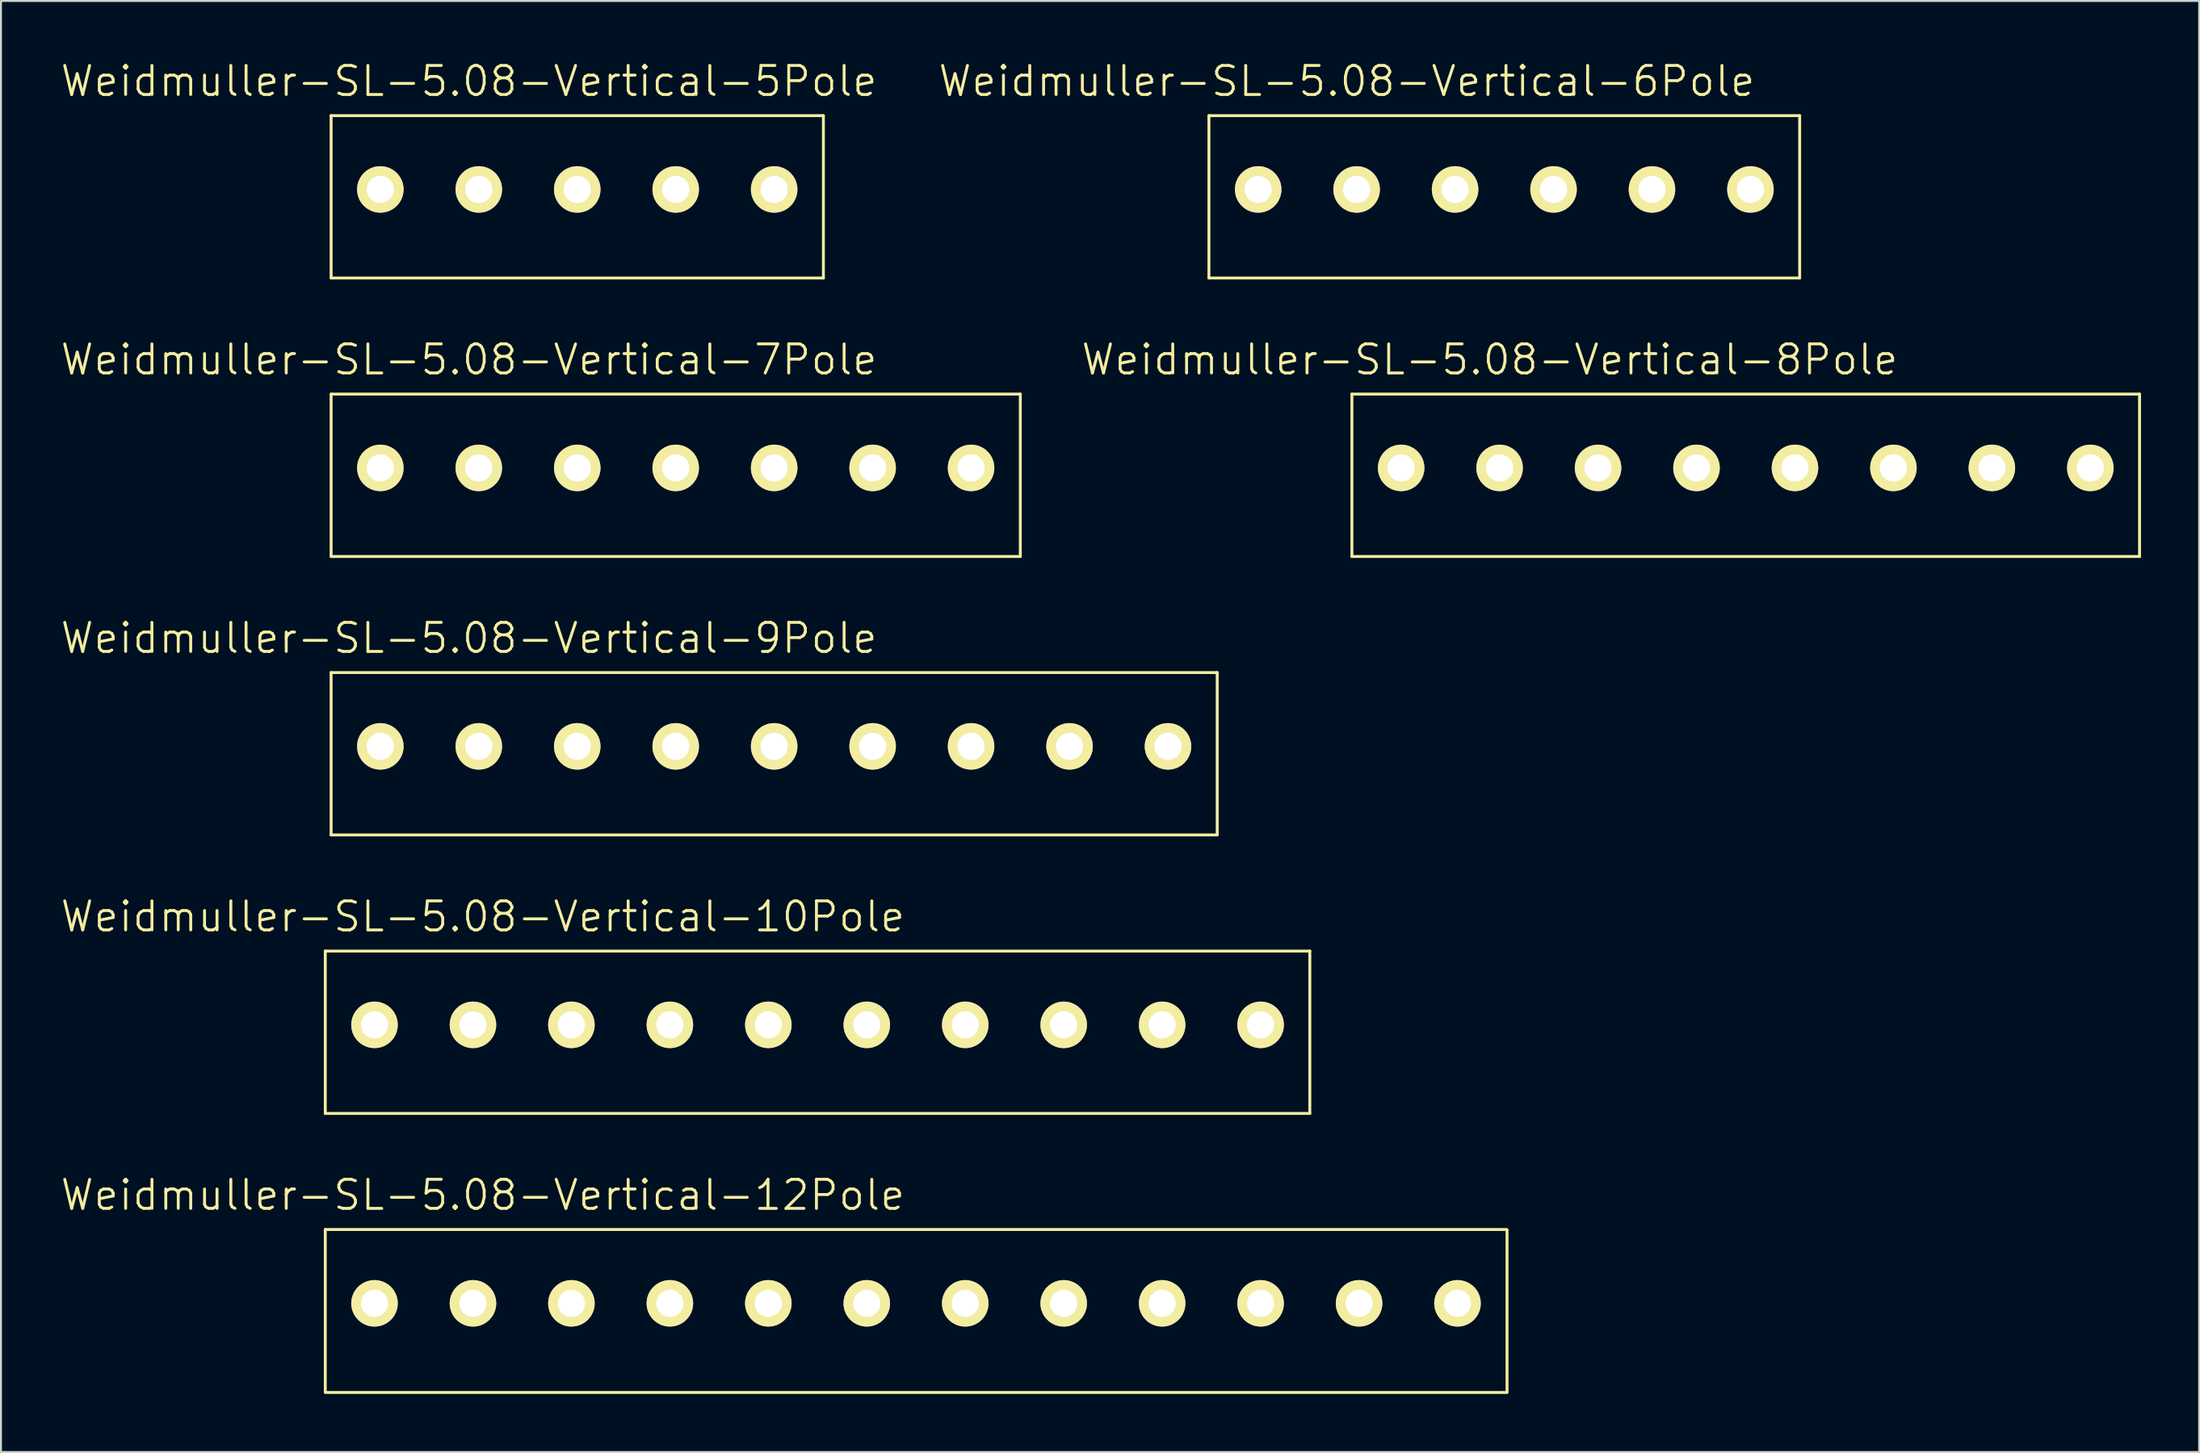
<source format=kicad_pcb>
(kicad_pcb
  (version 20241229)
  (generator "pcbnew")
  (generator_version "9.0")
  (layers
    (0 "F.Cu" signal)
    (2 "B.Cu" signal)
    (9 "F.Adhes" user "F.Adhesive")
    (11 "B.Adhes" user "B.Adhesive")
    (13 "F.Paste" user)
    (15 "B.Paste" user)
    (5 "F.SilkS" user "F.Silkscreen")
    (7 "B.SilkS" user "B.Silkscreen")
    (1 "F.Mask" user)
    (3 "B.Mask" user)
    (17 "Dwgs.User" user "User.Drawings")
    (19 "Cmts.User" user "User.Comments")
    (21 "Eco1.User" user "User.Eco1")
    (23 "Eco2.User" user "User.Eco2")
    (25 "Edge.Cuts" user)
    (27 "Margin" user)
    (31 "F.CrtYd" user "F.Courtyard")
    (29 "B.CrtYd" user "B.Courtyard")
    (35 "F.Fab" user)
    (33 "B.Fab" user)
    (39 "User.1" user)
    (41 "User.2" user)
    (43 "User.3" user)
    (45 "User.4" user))
  (footprint "Weidmuller-SL-5.08-Vertical-7Pole"
    (layer "F.Cu")
    (at 16.574 21.105)
    (property "Reference" "Weidmuller-SL-5.08-Vertical-7Pole" (at 4.572 -5.588 0) (layer "F.SilkS") (effects (font (size 1.5 1.5) (thickness 0.15))))
    (attr through_hole)
    (fp_line (start -2.54 -3.81) (end -2.54 4.572) (stroke (width 0.15) (type solid)) (layer "F.SilkS"))
    (fp_line (start -2.54 -3.81) (end 33.02 -3.81) (stroke (width 0.15) (type solid)) (layer "F.SilkS"))
    (fp_line (start -2.54 4.572) (end 33.02 4.572) (stroke (width 0.15) (type solid)) (layer "F.SilkS"))
    (fp_line (start 33.02 -3.81) (end 33.02 4.572) (stroke (width 0.15) (type solid)) (layer "F.SilkS"))
    (pad "1" thru_hole circle (at 0 0) (size 2.4 2.4) (drill 1.4) (layers "*.Cu" "*.Mask" "F.SilkS"))
    (pad "2" thru_hole circle (at 5.08 0) (size 2.4 2.4) (drill 1.4) (layers "*.Cu" "*.Mask" "F.SilkS"))
    (pad "3" thru_hole circle (at 10.16 0) (size 2.4 2.4) (drill 1.4) (layers "*.Cu" "*.Mask" "F.SilkS"))
    (pad "4" thru_hole circle (at 15.24 0) (size 2.4 2.4) (drill 1.4) (layers "*.Cu" "*.Mask" "F.SilkS"))
    (pad "5" thru_hole circle (at 20.32 0) (size 2.4 2.4) (drill 1.4) (layers "*.Cu" "*.Mask" "F.SilkS"))
    (pad "6" thru_hole circle (at 25.4 0) (size 2.4 2.4) (drill 1.4) (layers "*.Cu" "*.Mask" "F.SilkS"))
    (pad "7" thru_hole circle (at 30.48 0) (size 2.4 2.4) (drill 1.4) (layers "*.Cu" "*.Mask" "F.SilkS")))
  (footprint "Weidmuller-SL-5.08-Vertical-8Pole"
    (layer "F.Cu")
    (at 69.244 21.105)
    (property "Reference" "Weidmuller-SL-5.08-Vertical-8Pole" (at 4.572 -5.588 0) (layer "F.SilkS") (effects (font (size 1.5 1.5) (thickness 0.15))))
    (attr through_hole)
    (fp_line (start -2.54 -3.81) (end -2.54 4.572) (stroke (width 0.15) (type solid)) (layer "F.SilkS"))
    (fp_line (start -2.54 -3.81) (end 38.1 -3.81) (stroke (width 0.15) (type solid)) (layer "F.SilkS"))
    (fp_line (start -2.54 4.572) (end 38.1 4.572) (stroke (width 0.15) (type solid)) (layer "F.SilkS"))
    (fp_line (start 38.1 -3.81) (end 38.1 4.572) (stroke (width 0.15) (type solid)) (layer "F.SilkS"))
    (pad "1" thru_hole circle (at 0 0) (size 2.4 2.4) (drill 1.4) (layers "*.Cu" "*.Mask" "F.SilkS"))
    (pad "2" thru_hole circle (at 5.08 0) (size 2.4 2.4) (drill 1.4) (layers "*.Cu" "*.Mask" "F.SilkS"))
    (pad "3" thru_hole circle (at 10.16 0) (size 2.4 2.4) (drill 1.4) (layers "*.Cu" "*.Mask" "F.SilkS"))
    (pad "4" thru_hole circle (at 15.24 0) (size 2.4 2.4) (drill 1.4) (layers "*.Cu" "*.Mask" "F.SilkS"))
    (pad "5" thru_hole circle (at 20.32 0) (size 2.4 2.4) (drill 1.4) (layers "*.Cu" "*.Mask" "F.SilkS"))
    (pad "6" thru_hole circle (at 25.4 0) (size 2.4 2.4) (drill 1.4) (layers "*.Cu" "*.Mask" "F.SilkS"))
    (pad "7" thru_hole circle (at 30.48 0) (size 2.4 2.4) (drill 1.4) (layers "*.Cu" "*.Mask" "F.SilkS"))
    (pad "8" thru_hole circle (at 35.56 0) (size 2.4 2.4) (drill 1.4) (layers "*.Cu" "*.Mask" "F.SilkS")))
  (footprint "Weidmuller-SL-5.08-Vertical-10Pole"
    (layer "F.Cu")
    (at 16.273 49.856)
    (property "Reference" "Weidmuller-SL-5.08-Vertical-10Pole" (at 5.588 -5.588 0) (layer "F.SilkS") (effects (font (size 1.5 1.5) (thickness 0.15))))
    (attr through_hole)
    (fp_line (start -2.54 -3.81) (end -2.54 4.572) (stroke (width 0.15) (type solid)) (layer "F.SilkS"))
    (fp_line (start -2.54 -3.81) (end 48.26 -3.81) (stroke (width 0.15) (type solid)) (layer "F.SilkS"))
    (fp_line (start -2.54 4.572) (end 48.26 4.572) (stroke (width 0.15) (type solid)) (layer "F.SilkS"))
    (fp_line (start 48.26 -3.81) (end 48.26 4.572) (stroke (width 0.15) (type solid)) (layer "F.SilkS"))
    (pad "1" thru_hole circle (at 0 0) (size 2.4 2.4) (drill 1.4) (layers "*.Cu" "*.Mask" "F.SilkS"))
    (pad "2" thru_hole circle (at 5.08 0) (size 2.4 2.4) (drill 1.4) (layers "*.Cu" "*.Mask" "F.SilkS"))
    (pad "3" thru_hole circle (at 10.16 0) (size 2.4 2.4) (drill 1.4) (layers "*.Cu" "*.Mask" "F.SilkS"))
    (pad "4" thru_hole circle (at 15.24 0) (size 2.4 2.4) (drill 1.4) (layers "*.Cu" "*.Mask" "F.SilkS"))
    (pad "5" thru_hole circle (at 20.32 0) (size 2.4 2.4) (drill 1.4) (layers "*.Cu" "*.Mask" "F.SilkS"))
    (pad "6" thru_hole circle (at 25.4 0) (size 2.4 2.4) (drill 1.4) (layers "*.Cu" "*.Mask" "F.SilkS"))
    (pad "7" thru_hole circle (at 30.48 0) (size 2.4 2.4) (drill 1.4) (layers "*.Cu" "*.Mask" "F.SilkS"))
    (pad "8" thru_hole circle (at 35.56 0) (size 2.4 2.4) (drill 1.4) (layers "*.Cu" "*.Mask" "F.SilkS"))
    (pad "9" thru_hole circle (at 40.64 0) (size 2.4 2.4) (drill 1.4) (layers "*.Cu" "*.Mask" "F.SilkS"))
    (pad "10" thru_hole circle (at 45.72 0) (size 2.4 2.4) (drill 1.4) (layers "*.Cu" "*.Mask" "F.SilkS")))
  (footprint "Weidmuller-SL-5.08-Vertical-9Pole"
    (layer "F.Cu")
    (at 16.574 35.48)
    (property "Reference" "Weidmuller-SL-5.08-Vertical-9Pole" (at 4.572 -5.588 0) (layer "F.SilkS") (effects (font (size 1.5 1.5) (thickness 0.15))))
    (attr through_hole)
    (fp_line (start -2.54 -3.81) (end -2.54 4.572) (stroke (width 0.15) (type solid)) (layer "F.SilkS"))
    (fp_line (start -2.54 -3.81) (end 43.18 -3.81) (stroke (width 0.15) (type solid)) (layer "F.SilkS"))
    (fp_line (start -2.54 4.572) (end 43.18 4.572) (stroke (width 0.15) (type solid)) (layer "F.SilkS"))
    (fp_line (start 43.18 -3.81) (end 43.18 4.572) (stroke (width 0.15) (type solid)) (layer "F.SilkS"))
    (pad "1" thru_hole circle (at 0 0) (size 2.4 2.4) (drill 1.4) (layers "*.Cu" "*.Mask" "F.SilkS"))
    (pad "2" thru_hole circle (at 5.08 0) (size 2.4 2.4) (drill 1.4) (layers "*.Cu" "*.Mask" "F.SilkS"))
    (pad "3" thru_hole circle (at 10.16 0) (size 2.4 2.4) (drill 1.4) (layers "*.Cu" "*.Mask" "F.SilkS"))
    (pad "4" thru_hole circle (at 15.24 0) (size 2.4 2.4) (drill 1.4) (layers "*.Cu" "*.Mask" "F.SilkS"))
    (pad "5" thru_hole circle (at 20.32 0) (size 2.4 2.4) (drill 1.4) (layers "*.Cu" "*.Mask" "F.SilkS"))
    (pad "6" thru_hole circle (at 25.4 0) (size 2.4 2.4) (drill 1.4) (layers "*.Cu" "*.Mask" "F.SilkS"))
    (pad "7" thru_hole circle (at 30.48 0) (size 2.4 2.4) (drill 1.4) (layers "*.Cu" "*.Mask" "F.SilkS"))
    (pad "8" thru_hole circle (at 35.56 0) (size 2.4 2.4) (drill 1.4) (layers "*.Cu" "*.Mask" "F.SilkS"))
    (pad "9" thru_hole circle (at 40.64 0) (size 2.4 2.4) (drill 1.4) (layers "*.Cu" "*.Mask" "F.SilkS")))
  (footprint "Weidmuller-SL-5.08-Vertical-12Pole"
    (layer "F.Cu")
    (at 16.273 64.232)
    (property "Reference" "Weidmuller-SL-5.08-Vertical-12Pole" (at 5.588 -5.588 0) (layer "F.SilkS") (effects (font (size 1.5 1.5) (thickness 0.15))))
    (attr through_hole)
    (fp_line (start -2.54 -3.81) (end -2.54 4.572) (stroke (width 0.15) (type solid)) (layer "F.SilkS"))
    (fp_line (start -2.54 -3.81) (end 58.42 -3.81) (stroke (width 0.15) (type solid)) (layer "F.SilkS"))
    (fp_line (start -2.54 4.6) (end 58.42 4.6) (stroke (width 0.15) (type solid)) (layer "F.SilkS"))
    (fp_line (start 58.435 -3.792) (end 58.435 4.59) (stroke (width 0.15) (type solid)) (layer "F.SilkS"))
    (pad "1" thru_hole circle (at 0 0) (size 2.4 2.4) (drill 1.4) (layers "*.Cu" "*.Mask" "F.SilkS"))
    (pad "2" thru_hole circle (at 5.08 0) (size 2.4 2.4) (drill 1.4) (layers "*.Cu" "*.Mask" "F.SilkS"))
    (pad "3" thru_hole circle (at 10.16 0) (size 2.4 2.4) (drill 1.4) (layers "*.Cu" "*.Mask" "F.SilkS"))
    (pad "4" thru_hole circle (at 15.24 0) (size 2.4 2.4) (drill 1.4) (layers "*.Cu" "*.Mask" "F.SilkS"))
    (pad "5" thru_hole circle (at 20.32 0) (size 2.4 2.4) (drill 1.4) (layers "*.Cu" "*.Mask" "F.SilkS"))
    (pad "6" thru_hole circle (at 25.4 0) (size 2.4 2.4) (drill 1.4) (layers "*.Cu" "*.Mask" "F.SilkS"))
    (pad "7" thru_hole circle (at 30.48 0) (size 2.4 2.4) (drill 1.4) (layers "*.Cu" "*.Mask" "F.SilkS"))
    (pad "8" thru_hole circle (at 35.56 0) (size 2.4 2.4) (drill 1.4) (layers "*.Cu" "*.Mask" "F.SilkS"))
    (pad "9" thru_hole circle (at 40.64 0) (size 2.4 2.4) (drill 1.4) (layers "*.Cu" "*.Mask" "F.SilkS"))
    (pad "10" thru_hole circle (at 45.72 0) (size 2.4 2.4) (drill 1.4) (layers "*.Cu" "*.Mask" "F.SilkS"))
    (pad "11" thru_hole circle (at 50.8 0) (size 2.4 2.4) (drill 1.4) (layers "*.Cu" "*.Mask" "F.SilkS"))
    (pad "12" thru_hole circle (at 55.88 0) (size 2.4 2.4) (drill 1.4) (layers "*.Cu" "*.Mask" "F.SilkS")))
  (footprint "Weidmuller-SL-5.08-Vertical-5Pole"
    (layer "F.Cu")
    (at 16.574 6.729)
    (property "Reference" "Weidmuller-SL-5.08-Vertical-5Pole" (at 4.572 -5.588 0) (layer "F.SilkS") (effects (font (size 1.5 1.5) (thickness 0.15))))
    (attr through_hole)
    (fp_line (start -2.54 -3.81) (end -2.54 4.572) (stroke (width 0.15) (type solid)) (layer "F.SilkS"))
    (fp_line (start -2.54 -3.81) (end 22.86 -3.81) (stroke (width 0.15) (type solid)) (layer "F.SilkS"))
    (fp_line (start -2.54 4.572) (end 22.86 4.572) (stroke (width 0.15) (type solid)) (layer "F.SilkS"))
    (fp_line (start 22.86 -3.81) (end 22.86 4.572) (stroke (width 0.15) (type solid)) (layer "F.SilkS"))
    (pad "1" thru_hole circle (at 0 0) (size 2.4 2.4) (drill 1.4) (layers "*.Cu" "*.Mask" "F.SilkS"))
    (pad "2" thru_hole circle (at 5.08 0) (size 2.4 2.4) (drill 1.4) (layers "*.Cu" "*.Mask" "F.SilkS"))
    (pad "3" thru_hole circle (at 10.16 0) (size 2.4 2.4) (drill 1.4) (layers "*.Cu" "*.Mask" "F.SilkS"))
    (pad "4" thru_hole circle (at 15.24 0) (size 2.4 2.4) (drill 1.4) (layers "*.Cu" "*.Mask" "F.SilkS"))
    (pad "5" thru_hole circle (at 20.32 0) (size 2.4 2.4) (drill 1.4) (layers "*.Cu" "*.Mask" "F.SilkS")))
  (footprint "Weidmuller-SL-5.08-Vertical-6Pole"
    (layer "F.Cu")
    (at 61.867 6.729)
    (property "Reference" "Weidmuller-SL-5.08-Vertical-6Pole" (at 4.572 -5.588 0) (layer "F.SilkS") (effects (font (size 1.5 1.5) (thickness 0.15))))
    (attr through_hole)
    (fp_line (start -2.54 -3.81) (end -2.54 4.572) (stroke (width 0.15) (type solid)) (layer "F.SilkS"))
    (fp_line (start -2.54 -3.81) (end 27.94 -3.81) (stroke (width 0.15) (type solid)) (layer "F.SilkS"))
    (fp_line (start -2.54 4.572) (end 27.94 4.572) (stroke (width 0.15) (type solid)) (layer "F.SilkS"))
    (fp_line (start 27.94 -3.81) (end 27.94 4.572) (stroke (width 0.15) (type solid)) (layer "F.SilkS"))
    (pad "1" thru_hole circle (at 0 0) (size 2.4 2.4) (drill 1.4) (layers "*.Cu" "*.Mask" "F.SilkS"))
    (pad "2" thru_hole circle (at 5.08 0) (size 2.4 2.4) (drill 1.4) (layers "*.Cu" "*.Mask" "F.SilkS"))
    (pad "3" thru_hole circle (at 10.16 0) (size 2.4 2.4) (drill 1.4) (layers "*.Cu" "*.Mask" "F.SilkS"))
    (pad "4" thru_hole circle (at 15.24 0) (size 2.4 2.4) (drill 1.4) (layers "*.Cu" "*.Mask" "F.SilkS"))
    (pad "5" thru_hole circle (at 20.32 0) (size 2.4 2.4) (drill 1.4) (layers "*.Cu" "*.Mask" "F.SilkS"))
    (pad "6" thru_hole circle (at 25.4 0) (size 2.4 2.4) (drill 1.4) (layers "*.Cu" "*.Mask" "F.SilkS")))
  (gr_rect
    (start -3 -3)
    (end 110.419 71.907)
    (stroke (width 0.1) (type default))
    (fill no)
    (layer "Edge.Cuts")))
</source>
